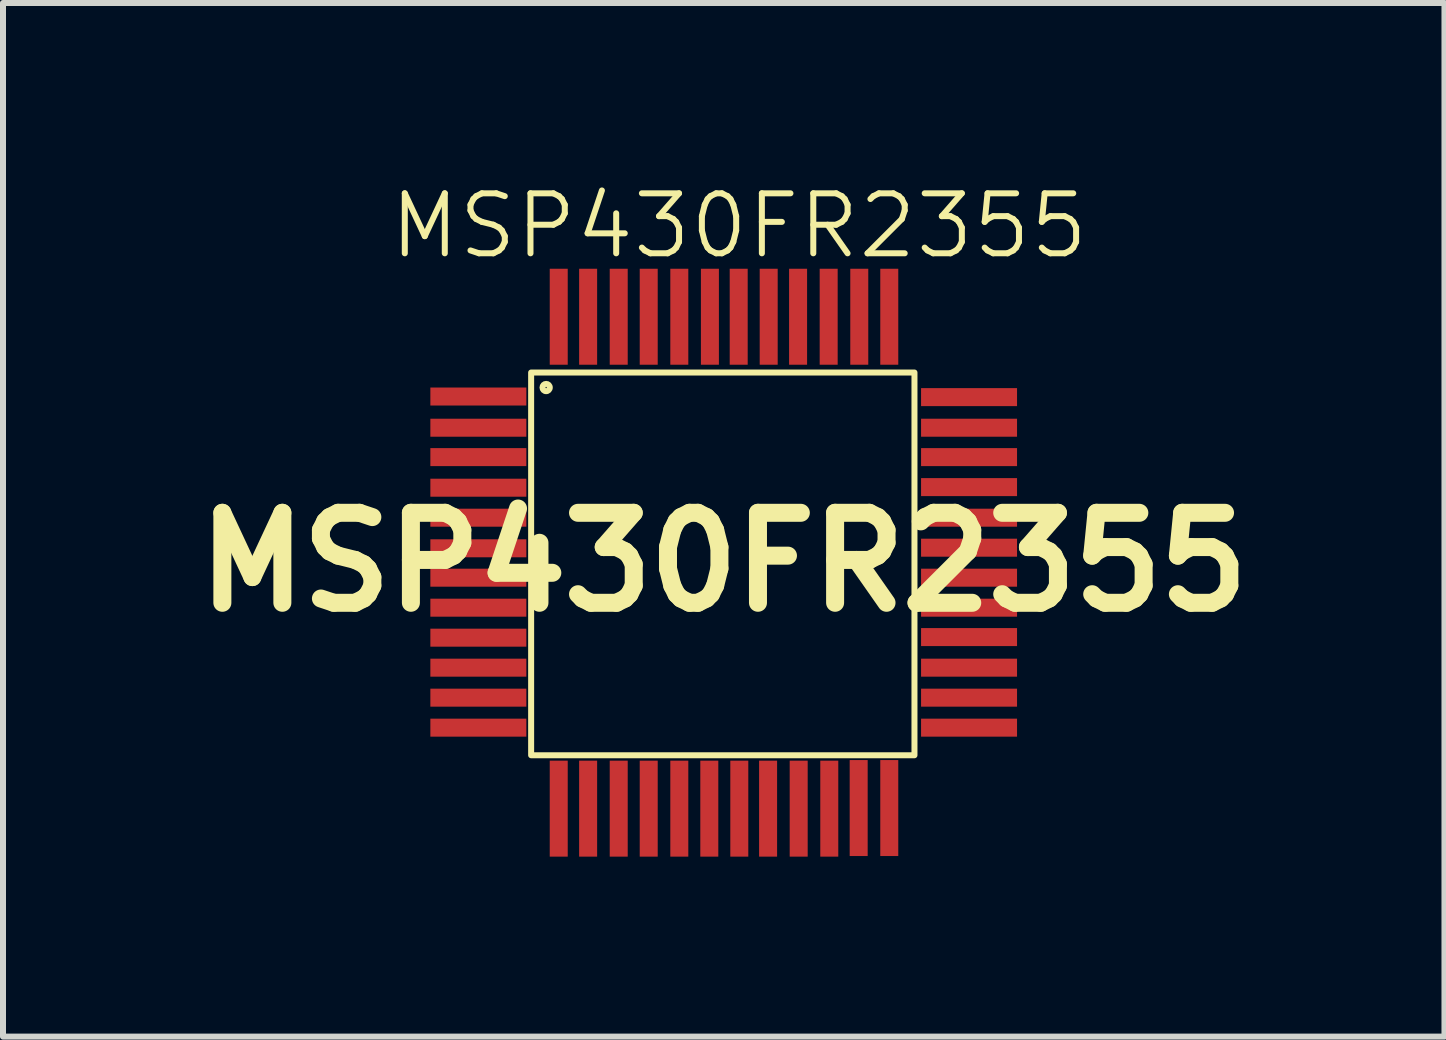
<source format=kicad_pcb>
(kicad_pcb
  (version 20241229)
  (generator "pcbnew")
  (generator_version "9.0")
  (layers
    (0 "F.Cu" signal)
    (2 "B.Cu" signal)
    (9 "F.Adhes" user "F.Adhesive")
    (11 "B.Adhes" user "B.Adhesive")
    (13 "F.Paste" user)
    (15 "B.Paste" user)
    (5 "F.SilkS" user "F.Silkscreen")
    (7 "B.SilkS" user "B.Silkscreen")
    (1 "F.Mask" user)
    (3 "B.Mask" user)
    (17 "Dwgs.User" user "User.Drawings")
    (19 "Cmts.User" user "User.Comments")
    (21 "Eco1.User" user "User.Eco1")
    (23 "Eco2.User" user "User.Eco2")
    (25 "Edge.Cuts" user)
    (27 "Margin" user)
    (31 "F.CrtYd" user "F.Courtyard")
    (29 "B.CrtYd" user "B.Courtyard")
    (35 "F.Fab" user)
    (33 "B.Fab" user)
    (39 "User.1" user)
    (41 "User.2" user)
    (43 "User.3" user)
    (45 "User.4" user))
  (footprint "MSP430FR2355"
    (layer "F.Cu")
    (at 9.014 6.32)
    (property "Reference" "MSP430FR2355" (at 0 0 0) (layer "F.SilkS") (effects (font (size 1.5 1.5) (thickness 0.3))))
    (attr board_only exclude_from_pos_files exclude_from_bom)
    (fp_rect (start -3.21 -3.16) (end 3.18 3.22) (stroke (width 0.1) (type default)) (fill no) (layer "F.SilkS"))
    (fp_circle (center -2.96 -2.91) (end -2.95 -2.85) (stroke (width 0.1) (type default)) (fill no) (layer "F.SilkS"))
    (fp_text user "MSP430FR2355" (at -5.62 -5.02 0) (unlocked yes) (layer "F.SilkS") (effects (font (size 1 1) (thickness 0.1)) (justify left bottom)))
    (pad "1" smd rect (at -4.09 -2.76) (size 1.6 0.3) (layers "F.Cu" "F.Mask" "F.Paste"))
    (pad "2" smd rect (at -4.09 -2.24) (size 1.6 0.3) (layers "F.Cu" "F.Mask" "F.Paste"))
    (pad "3" smd rect (at -4.09 -1.75) (size 1.6 0.3) (layers "F.Cu" "F.Mask" "F.Paste"))
    (pad "4" smd rect (at -4.09 -1.24) (size 1.6 0.3) (layers "F.Cu" "F.Mask" "F.Paste"))
    (pad "5" smd rect (at -4.09 -0.74) (size 1.6 0.3) (layers "F.Cu" "F.Mask" "F.Paste"))
    (pad "6" smd rect (at -4.09 -0.23) (size 1.6 0.3) (layers "F.Cu" "F.Mask" "F.Paste"))
    (pad "7" smd rect (at -4.09 0.26) (size 1.6 0.3) (layers "F.Cu" "F.Mask" "F.Paste"))
    (pad "8" smd rect (at -4.09 0.76) (size 1.6 0.3) (layers "F.Cu" "F.Mask" "F.Paste"))
    (pad "9" smd rect (at -4.09 1.26) (size 1.6 0.3) (layers "F.Cu" "F.Mask" "F.Paste"))
    (pad "10" smd rect (at -4.09 1.76) (size 1.6 0.3) (layers "F.Cu" "F.Mask" "F.Paste"))
    (pad "11" smd rect (at -4.09 2.26) (size 1.6 0.3) (layers "F.Cu" "F.Mask" "F.Paste"))
    (pad "12" smd rect (at -4.09 2.76) (size 1.6 0.3) (layers "F.Cu" "F.Mask" "F.Paste"))
    (pad "13" smd rect (at -2.75 4.11) (size 0.3 1.6) (layers "F.Cu" "F.Mask" "F.Paste"))
    (pad "14" smd rect (at -2.26 4.11) (size 0.3 1.6) (layers "F.Cu" "F.Mask" "F.Paste"))
    (pad "15" smd rect (at -1.75 4.11) (size 0.3 1.6) (layers "F.Cu" "F.Mask" "F.Paste"))
    (pad "16" smd rect (at -1.25 4.11) (size 0.3 1.6) (layers "F.Cu" "F.Mask" "F.Paste"))
    (pad "17" smd rect (at -0.74 4.11) (size 0.3 1.6) (layers "F.Cu" "F.Mask" "F.Paste"))
    (pad "18" smd rect (at -0.24 4.11) (size 0.3 1.6) (layers "F.Cu" "F.Mask" "F.Paste"))
    (pad "19" smd rect (at 0.26 4.11) (size 0.3 1.6) (layers "F.Cu" "F.Mask" "F.Paste"))
    (pad "20" smd rect (at 0.74 4.11) (size 0.3 1.6) (layers "F.Cu" "F.Mask" "F.Paste"))
    (pad "21" smd rect (at 1.25 4.11) (size 0.3 1.6) (layers "F.Cu" "F.Mask" "F.Paste"))
    (pad "22" smd rect (at 1.76 4.11) (size 0.3 1.6) (layers "F.Cu" "F.Mask" "F.Paste"))
    (pad "23" smd rect (at 2.25 4.1) (size 0.3 1.6) (layers "F.Cu" "F.Mask" "F.Paste"))
    (pad "24" smd rect (at 2.76 4.1) (size 0.3 1.6) (layers "F.Cu" "F.Mask" "F.Paste"))
    (pad "25" smd rect (at 4.09 2.76) (size 1.6 0.3) (layers "F.Cu" "F.Mask" "F.Paste"))
    (pad "26" smd rect (at 4.09 2.26) (size 1.6 0.3) (layers "F.Cu" "F.Mask" "F.Paste"))
    (pad "27" smd rect (at 4.09 1.76) (size 1.6 0.3) (layers "F.Cu" "F.Mask" "F.Paste"))
    (pad "28" smd rect (at 4.09 1.25) (size 1.6 0.3) (layers "F.Cu" "F.Mask" "F.Paste"))
    (pad "29" smd rect (at 4.09 0.76) (size 1.6 0.3) (layers "F.Cu" "F.Mask" "F.Paste"))
    (pad "30" smd rect (at 4.09 0.26) (size 1.6 0.3) (layers "F.Cu" "F.Mask" "F.Paste"))
    (pad "31" smd rect (at 4.09 -0.24) (size 1.6 0.3) (layers "F.Cu" "F.Mask" "F.Paste"))
    (pad "32" smd rect (at 4.09 -0.74) (size 1.6 0.3) (layers "F.Cu" "F.Mask" "F.Paste"))
    (pad "33" smd rect (at 4.09 -1.25) (size 1.6 0.3) (layers "F.Cu" "F.Mask" "F.Paste"))
    (pad "34" smd rect (at 4.09 -1.75) (size 1.6 0.3) (layers "F.Cu" "F.Mask" "F.Paste"))
    (pad "35" smd rect (at 4.09 -2.24) (size 1.6 0.3) (layers "F.Cu" "F.Mask" "F.Paste"))
    (pad "36" smd rect (at 4.09 -2.75) (size 1.6 0.3) (layers "F.Cu" "F.Mask" "F.Paste"))
    (pad "37" smd rect (at 2.76 -4.09) (size 0.3 1.6) (layers "F.Cu" "F.Mask" "F.Paste"))
    (pad "38" smd rect (at 2.26 -4.09) (size 0.3 1.6) (layers "F.Cu" "F.Mask" "F.Paste"))
    (pad "39" smd rect (at 1.75 -4.09) (size 0.3 1.6) (layers "F.Cu" "F.Mask" "F.Paste"))
    (pad "40" smd rect (at 1.24 -4.09) (size 0.3 1.6) (layers "F.Cu" "F.Mask" "F.Paste"))
    (pad "41" smd rect (at 0.75 -4.09) (size 0.3 1.6) (layers "F.Cu" "F.Mask" "F.Paste"))
    (pad "42" smd rect (at 0.25 -4.09) (size 0.3 1.6) (layers "F.Cu" "F.Mask" "F.Paste"))
    (pad "43" smd rect (at -0.23 -4.09) (size 0.3 1.6) (layers "F.Cu" "F.Mask" "F.Paste"))
    (pad "44" smd rect (at -0.74 -4.09) (size 0.3 1.6) (layers "F.Cu" "F.Mask" "F.Paste"))
    (pad "45" smd rect (at -1.25 -4.09) (size 0.3 1.6) (layers "F.Cu" "F.Mask" "F.Paste"))
    (pad "46" smd rect (at -1.75 -4.09) (size 0.3 1.6) (layers "F.Cu" "F.Mask" "F.Paste"))
    (pad "47" smd rect (at -2.26 -4.09) (size 0.3 1.6) (layers "F.Cu" "F.Mask" "F.Paste"))
    (pad "48" smd rect (at -2.75 -4.09) (size 0.3 1.6) (layers "F.Cu" "F.Mask" "F.Paste")))
  (gr_rect
    (start -3 -3)
    (end 21.029 14.23)
    (stroke (width 0.1) (type default))
    (fill no)
    (layer "Edge.Cuts")))
</source>
